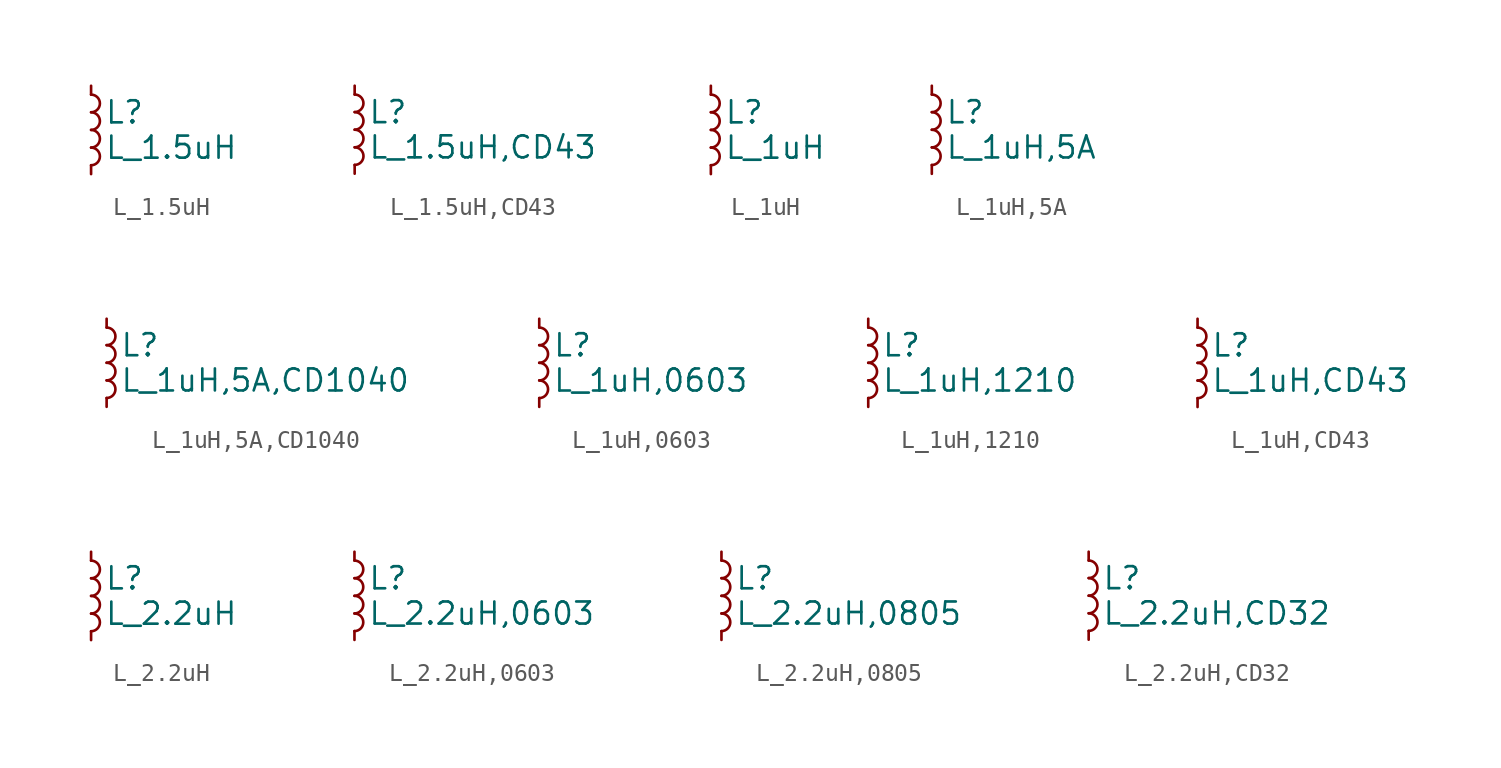
<source format=kicad_sym>
(kicad_symbol_lib
  (version 20211014)
  (generator kicad_symbol_editor)
  (symbol "L_1.5uH"
    (pin_numbers hide)
    (pin_names
      (offset 0.254) hide)
    (property "Reference" "L"
      (at 0.762 1.016 0)
      (effects (font (size 1.27 1.27)) (justify left)))
    (property "Value" "L_1.5uH"
      (at 0.762 -1.016 0)
      (effects (font (size 1.27 1.27)) (justify left)))
    (symbol "L_1.5uH_0_1"
      (arc (start 0 -2.032) (mid 0.508 -1.524) (end 0 -1.016) (stroke (width 0) (type default) (color 0 0 0 0)) (fill (type none)))
      (arc (start 0 -1.016) (mid 0.508 -0.508) (end 0 0) (stroke (width 0) (type default) (color 0 0 0 0)) (fill (type none)))
      (arc (start 0 0) (mid 0.508 0.508) (end 0 1.016) (stroke (width 0) (type default) (color 0 0 0 0)) (fill (type none)))
      (arc (start 0 1.016) (mid 0.508 1.524) (end 0 2.032) (stroke (width 0) (type default) (color 0 0 0 0)) (fill (type none))))
    (symbol "L_1.5uH_1_1"
      (pin passive line (at 0 2.54 270) (length 0.508) (name "~" (effects (font (size 1.27 1.27)))) (number "1" (effects (font (size 1.27 1.27)))))
      (pin passive line (at 0 -2.54 90) (length 0.508) (name "~" (effects (font (size 1.27 1.27)))) (number "2" (effects (font (size 1.27 1.27)))))))
  (symbol "L_1.5uH,CD43"
    (pin_numbers hide)
    (pin_names
      (offset 0.254) hide)
    (property "Reference" "L"
      (at 0.762 1.016 0)
      (effects (font (size 1.27 1.27)) (justify left)))
    (property "Value" "L_1.5uH,CD43"
      (at 0.762 -1.016 0)
      (effects (font (size 1.27 1.27)) (justify left)))
    (symbol "L_1.5uH,CD43_0_1"
      (arc (start 0 -2.032) (mid 0.508 -1.524) (end 0 -1.016) (stroke (width 0) (type default) (color 0 0 0 0)) (fill (type none)))
      (arc (start 0 -1.016) (mid 0.508 -0.508) (end 0 0) (stroke (width 0) (type default) (color 0 0 0 0)) (fill (type none)))
      (arc (start 0 0) (mid 0.508 0.508) (end 0 1.016) (stroke (width 0) (type default) (color 0 0 0 0)) (fill (type none)))
      (arc (start 0 1.016) (mid 0.508 1.524) (end 0 2.032) (stroke (width 0) (type default) (color 0 0 0 0)) (fill (type none))))
    (symbol "L_1.5uH,CD43_1_1"
      (pin passive line (at 0 2.54 270) (length 0.508) (name "~" (effects (font (size 1.27 1.27)))) (number "1" (effects (font (size 1.27 1.27)))))
      (pin passive line (at 0 -2.54 90) (length 0.508) (name "~" (effects (font (size 1.27 1.27)))) (number "2" (effects (font (size 1.27 1.27)))))))
  (symbol "L_1uH"
    (pin_numbers hide)
    (pin_names
      (offset 0.254) hide)
    (property "Reference" "L"
      (at 0.762 1.016 0)
      (effects (font (size 1.27 1.27)) (justify left)))
    (property "Value" "L_1uH"
      (at 0.762 -1.016 0)
      (effects (font (size 1.27 1.27)) (justify left)))
    (symbol "L_1uH_0_1"
      (arc (start 0 -2.032) (mid 0.508 -1.524) (end 0 -1.016) (stroke (width 0) (type default) (color 0 0 0 0)) (fill (type none)))
      (arc (start 0 -1.016) (mid 0.508 -0.508) (end 0 0) (stroke (width 0) (type default) (color 0 0 0 0)) (fill (type none)))
      (arc (start 0 0) (mid 0.508 0.508) (end 0 1.016) (stroke (width 0) (type default) (color 0 0 0 0)) (fill (type none)))
      (arc (start 0 1.016) (mid 0.508 1.524) (end 0 2.032) (stroke (width 0) (type default) (color 0 0 0 0)) (fill (type none))))
    (symbol "L_1uH_1_1"
      (pin passive line (at 0 2.54 270) (length 0.508) (name "~" (effects (font (size 1.27 1.27)))) (number "1" (effects (font (size 1.27 1.27)))))
      (pin passive line (at 0 -2.54 90) (length 0.508) (name "~" (effects (font (size 1.27 1.27)))) (number "2" (effects (font (size 1.27 1.27)))))))
  (symbol "L_1uH,5A"
    (pin_numbers hide)
    (pin_names
      (offset 0.254) hide)
    (property "Reference" "L"
      (at 0.762 1.016 0)
      (effects (font (size 1.27 1.27)) (justify left)))
    (property "Value" "L_1uH,5A"
      (at 0.762 -1.016 0)
      (effects (font (size 1.27 1.27)) (justify left)))
    (symbol "L_1uH,5A_0_1"
      (arc (start 0 -2.032) (mid 0.508 -1.524) (end 0 -1.016) (stroke (width 0) (type default) (color 0 0 0 0)) (fill (type none)))
      (arc (start 0 -1.016) (mid 0.508 -0.508) (end 0 0) (stroke (width 0) (type default) (color 0 0 0 0)) (fill (type none)))
      (arc (start 0 0) (mid 0.508 0.508) (end 0 1.016) (stroke (width 0) (type default) (color 0 0 0 0)) (fill (type none)))
      (arc (start 0 1.016) (mid 0.508 1.524) (end 0 2.032) (stroke (width 0) (type default) (color 0 0 0 0)) (fill (type none))))
    (symbol "L_1uH,5A_1_1"
      (pin passive line (at 0 2.54 270) (length 0.508) (name "~" (effects (font (size 1.27 1.27)))) (number "1" (effects (font (size 1.27 1.27)))))
      (pin passive line (at 0 -2.54 90) (length 0.508) (name "~" (effects (font (size 1.27 1.27)))) (number "2" (effects (font (size 1.27 1.27)))))))
  (symbol "L_1uH,5A,CD1040"
    (pin_numbers hide)
    (pin_names
      (offset 0.254) hide)
    (property "Reference" "L"
      (at 0.762 1.016 0)
      (effects (font (size 1.27 1.27)) (justify left)))
    (property "Value" "L_1uH,5A,CD1040"
      (at 0.762 -1.016 0)
      (effects (font (size 1.27 1.27)) (justify left)))
    (symbol "L_1uH,5A,CD1040_0_1"
      (arc (start 0 -2.032) (mid 0.508 -1.524) (end 0 -1.016) (stroke (width 0) (type default) (color 0 0 0 0)) (fill (type none)))
      (arc (start 0 -1.016) (mid 0.508 -0.508) (end 0 0) (stroke (width 0) (type default) (color 0 0 0 0)) (fill (type none)))
      (arc (start 0 0) (mid 0.508 0.508) (end 0 1.016) (stroke (width 0) (type default) (color 0 0 0 0)) (fill (type none)))
      (arc (start 0 1.016) (mid 0.508 1.524) (end 0 2.032) (stroke (width 0) (type default) (color 0 0 0 0)) (fill (type none))))
    (symbol "L_1uH,5A,CD1040_1_1"
      (pin passive line (at 0 2.54 270) (length 0.508) (name "~" (effects (font (size 1.27 1.27)))) (number "1" (effects (font (size 1.27 1.27)))))
      (pin passive line (at 0 -2.54 90) (length 0.508) (name "~" (effects (font (size 1.27 1.27)))) (number "2" (effects (font (size 1.27 1.27)))))))
  (symbol "L_1uH,0603"
    (pin_numbers hide)
    (pin_names
      (offset 0.254) hide)
    (property "Reference" "L"
      (at 0.762 1.016 0)
      (effects (font (size 1.27 1.27)) (justify left)))
    (property "Value" "L_1uH,0603"
      (at 0.762 -1.016 0)
      (effects (font (size 1.27 1.27)) (justify left)))
    (symbol "L_1uH,0603_0_1"
      (arc (start 0 -2.032) (mid 0.508 -1.524) (end 0 -1.016) (stroke (width 0) (type default) (color 0 0 0 0)) (fill (type none)))
      (arc (start 0 -1.016) (mid 0.508 -0.508) (end 0 0) (stroke (width 0) (type default) (color 0 0 0 0)) (fill (type none)))
      (arc (start 0 0) (mid 0.508 0.508) (end 0 1.016) (stroke (width 0) (type default) (color 0 0 0 0)) (fill (type none)))
      (arc (start 0 1.016) (mid 0.508 1.524) (end 0 2.032) (stroke (width 0) (type default) (color 0 0 0 0)) (fill (type none))))
    (symbol "L_1uH,0603_1_1"
      (pin passive line (at 0 2.54 270) (length 0.508) (name "~" (effects (font (size 1.27 1.27)))) (number "1" (effects (font (size 1.27 1.27)))))
      (pin passive line (at 0 -2.54 90) (length 0.508) (name "~" (effects (font (size 1.27 1.27)))) (number "2" (effects (font (size 1.27 1.27)))))))
  (symbol "L_1uH,1210"
    (pin_numbers hide)
    (pin_names
      (offset 0.254) hide)
    (property "Reference" "L"
      (at 0.762 1.016 0)
      (effects (font (size 1.27 1.27)) (justify left)))
    (property "Value" "L_1uH,1210"
      (at 0.762 -1.016 0)
      (effects (font (size 1.27 1.27)) (justify left)))
    (symbol "L_1uH,1210_0_1"
      (arc (start 0 -2.032) (mid 0.508 -1.524) (end 0 -1.016) (stroke (width 0) (type default) (color 0 0 0 0)) (fill (type none)))
      (arc (start 0 -1.016) (mid 0.508 -0.508) (end 0 0) (stroke (width 0) (type default) (color 0 0 0 0)) (fill (type none)))
      (arc (start 0 0) (mid 0.508 0.508) (end 0 1.016) (stroke (width 0) (type default) (color 0 0 0 0)) (fill (type none)))
      (arc (start 0 1.016) (mid 0.508 1.524) (end 0 2.032) (stroke (width 0) (type default) (color 0 0 0 0)) (fill (type none))))
    (symbol "L_1uH,1210_1_1"
      (pin passive line (at 0 2.54 270) (length 0.508) (name "~" (effects (font (size 1.27 1.27)))) (number "1" (effects (font (size 1.27 1.27)))))
      (pin passive line (at 0 -2.54 90) (length 0.508) (name "~" (effects (font (size 1.27 1.27)))) (number "2" (effects (font (size 1.27 1.27)))))))
  (symbol "L_1uH,CD43"
    (pin_numbers hide)
    (pin_names
      (offset 0.254) hide)
    (property "Reference" "L"
      (at 0.762 1.016 0)
      (effects (font (size 1.27 1.27)) (justify left)))
    (property "Value" "L_1uH,CD43"
      (at 0.762 -1.016 0)
      (effects (font (size 1.27 1.27)) (justify left)))
    (symbol "L_1uH,CD43_0_1"
      (arc (start 0 -2.032) (mid 0.508 -1.524) (end 0 -1.016) (stroke (width 0) (type default) (color 0 0 0 0)) (fill (type none)))
      (arc (start 0 -1.016) (mid 0.508 -0.508) (end 0 0) (stroke (width 0) (type default) (color 0 0 0 0)) (fill (type none)))
      (arc (start 0 0) (mid 0.508 0.508) (end 0 1.016) (stroke (width 0) (type default) (color 0 0 0 0)) (fill (type none)))
      (arc (start 0 1.016) (mid 0.508 1.524) (end 0 2.032) (stroke (width 0) (type default) (color 0 0 0 0)) (fill (type none))))
    (symbol "L_1uH,CD43_1_1"
      (pin passive line (at 0 2.54 270) (length 0.508) (name "~" (effects (font (size 1.27 1.27)))) (number "1" (effects (font (size 1.27 1.27)))))
      (pin passive line (at 0 -2.54 90) (length 0.508) (name "~" (effects (font (size 1.27 1.27)))) (number "2" (effects (font (size 1.27 1.27)))))))
  (symbol "L_2.2uH"
    (pin_numbers hide)
    (pin_names
      (offset 0.254) hide)
    (property "Reference" "L"
      (at 0.762 1.016 0)
      (effects (font (size 1.27 1.27)) (justify left)))
    (property "Value" "L_2.2uH"
      (at 0.762 -1.016 0)
      (effects (font (size 1.27 1.27)) (justify left)))
    (symbol "L_2.2uH_0_1"
      (arc (start 0 -2.032) (mid 0.508 -1.524) (end 0 -1.016) (stroke (width 0) (type default) (color 0 0 0 0)) (fill (type none)))
      (arc (start 0 -1.016) (mid 0.508 -0.508) (end 0 0) (stroke (width 0) (type default) (color 0 0 0 0)) (fill (type none)))
      (arc (start 0 0) (mid 0.508 0.508) (end 0 1.016) (stroke (width 0) (type default) (color 0 0 0 0)) (fill (type none)))
      (arc (start 0 1.016) (mid 0.508 1.524) (end 0 2.032) (stroke (width 0) (type default) (color 0 0 0 0)) (fill (type none))))
    (symbol "L_2.2uH_1_1"
      (pin passive line (at 0 2.54 270) (length 0.508) (name "~" (effects (font (size 1.27 1.27)))) (number "1" (effects (font (size 1.27 1.27)))))
      (pin passive line (at 0 -2.54 90) (length 0.508) (name "~" (effects (font (size 1.27 1.27)))) (number "2" (effects (font (size 1.27 1.27)))))))
  (symbol "L_2.2uH,0603"
    (pin_numbers hide)
    (pin_names
      (offset 0.254) hide)
    (property "Reference" "L"
      (at 0.762 1.016 0)
      (effects (font (size 1.27 1.27)) (justify left)))
    (property "Value" "L_2.2uH,0603"
      (at 0.762 -1.016 0)
      (effects (font (size 1.27 1.27)) (justify left)))
    (symbol "L_2.2uH,0603_0_1"
      (arc (start 0 -2.032) (mid 0.508 -1.524) (end 0 -1.016) (stroke (width 0) (type default) (color 0 0 0 0)) (fill (type none)))
      (arc (start 0 -1.016) (mid 0.508 -0.508) (end 0 0) (stroke (width 0) (type default) (color 0 0 0 0)) (fill (type none)))
      (arc (start 0 0) (mid 0.508 0.508) (end 0 1.016) (stroke (width 0) (type default) (color 0 0 0 0)) (fill (type none)))
      (arc (start 0 1.016) (mid 0.508 1.524) (end 0 2.032) (stroke (width 0) (type default) (color 0 0 0 0)) (fill (type none))))
    (symbol "L_2.2uH,0603_1_1"
      (pin passive line (at 0 2.54 270) (length 0.508) (name "~" (effects (font (size 1.27 1.27)))) (number "1" (effects (font (size 1.27 1.27)))))
      (pin passive line (at 0 -2.54 90) (length 0.508) (name "~" (effects (font (size 1.27 1.27)))) (number "2" (effects (font (size 1.27 1.27)))))))
  (symbol "L_2.2uH,0805"
    (pin_numbers hide)
    (pin_names
      (offset 0.254) hide)
    (property "Reference" "L"
      (at 0.762 1.016 0)
      (effects (font (size 1.27 1.27)) (justify left)))
    (property "Value" "L_2.2uH,0805"
      (at 0.762 -1.016 0)
      (effects (font (size 1.27 1.27)) (justify left)))
    (symbol "L_2.2uH,0805_0_1"
      (arc (start 0 -2.032) (mid 0.508 -1.524) (end 0 -1.016) (stroke (width 0) (type default) (color 0 0 0 0)) (fill (type none)))
      (arc (start 0 -1.016) (mid 0.508 -0.508) (end 0 0) (stroke (width 0) (type default) (color 0 0 0 0)) (fill (type none)))
      (arc (start 0 0) (mid 0.508 0.508) (end 0 1.016) (stroke (width 0) (type default) (color 0 0 0 0)) (fill (type none)))
      (arc (start 0 1.016) (mid 0.508 1.524) (end 0 2.032) (stroke (width 0) (type default) (color 0 0 0 0)) (fill (type none))))
    (symbol "L_2.2uH,0805_1_1"
      (pin passive line (at 0 2.54 270) (length 0.508) (name "~" (effects (font (size 1.27 1.27)))) (number "1" (effects (font (size 1.27 1.27)))))
      (pin passive line (at 0 -2.54 90) (length 0.508) (name "~" (effects (font (size 1.27 1.27)))) (number "2" (effects (font (size 1.27 1.27)))))))
  (symbol "L_2.2uH,CD32"
    (pin_numbers hide)
    (pin_names
      (offset 0.254) hide)
    (property "Reference" "L"
      (at 0.762 1.016 0)
      (effects (font (size 1.27 1.27)) (justify left)))
    (property "Value" "L_2.2uH,CD32"
      (at 0.762 -1.016 0)
      (effects (font (size 1.27 1.27)) (justify left)))
    (symbol "L_2.2uH,CD32_0_1"
      (arc (start 0 -2.032) (mid 0.508 -1.524) (end 0 -1.016) (stroke (width 0) (type default) (color 0 0 0 0)) (fill (type none)))
      (arc (start 0 -1.016) (mid 0.508 -0.508) (end 0 0) (stroke (width 0) (type default) (color 0 0 0 0)) (fill (type none)))
      (arc (start 0 0) (mid 0.508 0.508) (end 0 1.016) (stroke (width 0) (type default) (color 0 0 0 0)) (fill (type none)))
      (arc (start 0 1.016) (mid 0.508 1.524) (end 0 2.032) (stroke (width 0) (type default) (color 0 0 0 0)) (fill (type none))))
    (symbol "L_2.2uH,CD32_1_1"
      (pin passive line (at 0 2.54 270) (length 0.508) (name "~" (effects (font (size 1.27 1.27)))) (number "1" (effects (font (size 1.27 1.27)))))
      (pin passive line (at 0 -2.54 90) (length 0.508) (name "~" (effects (font (size 1.27 1.27)))) (number "2" (effects (font (size 1.27 1.27))))))))
</source>
